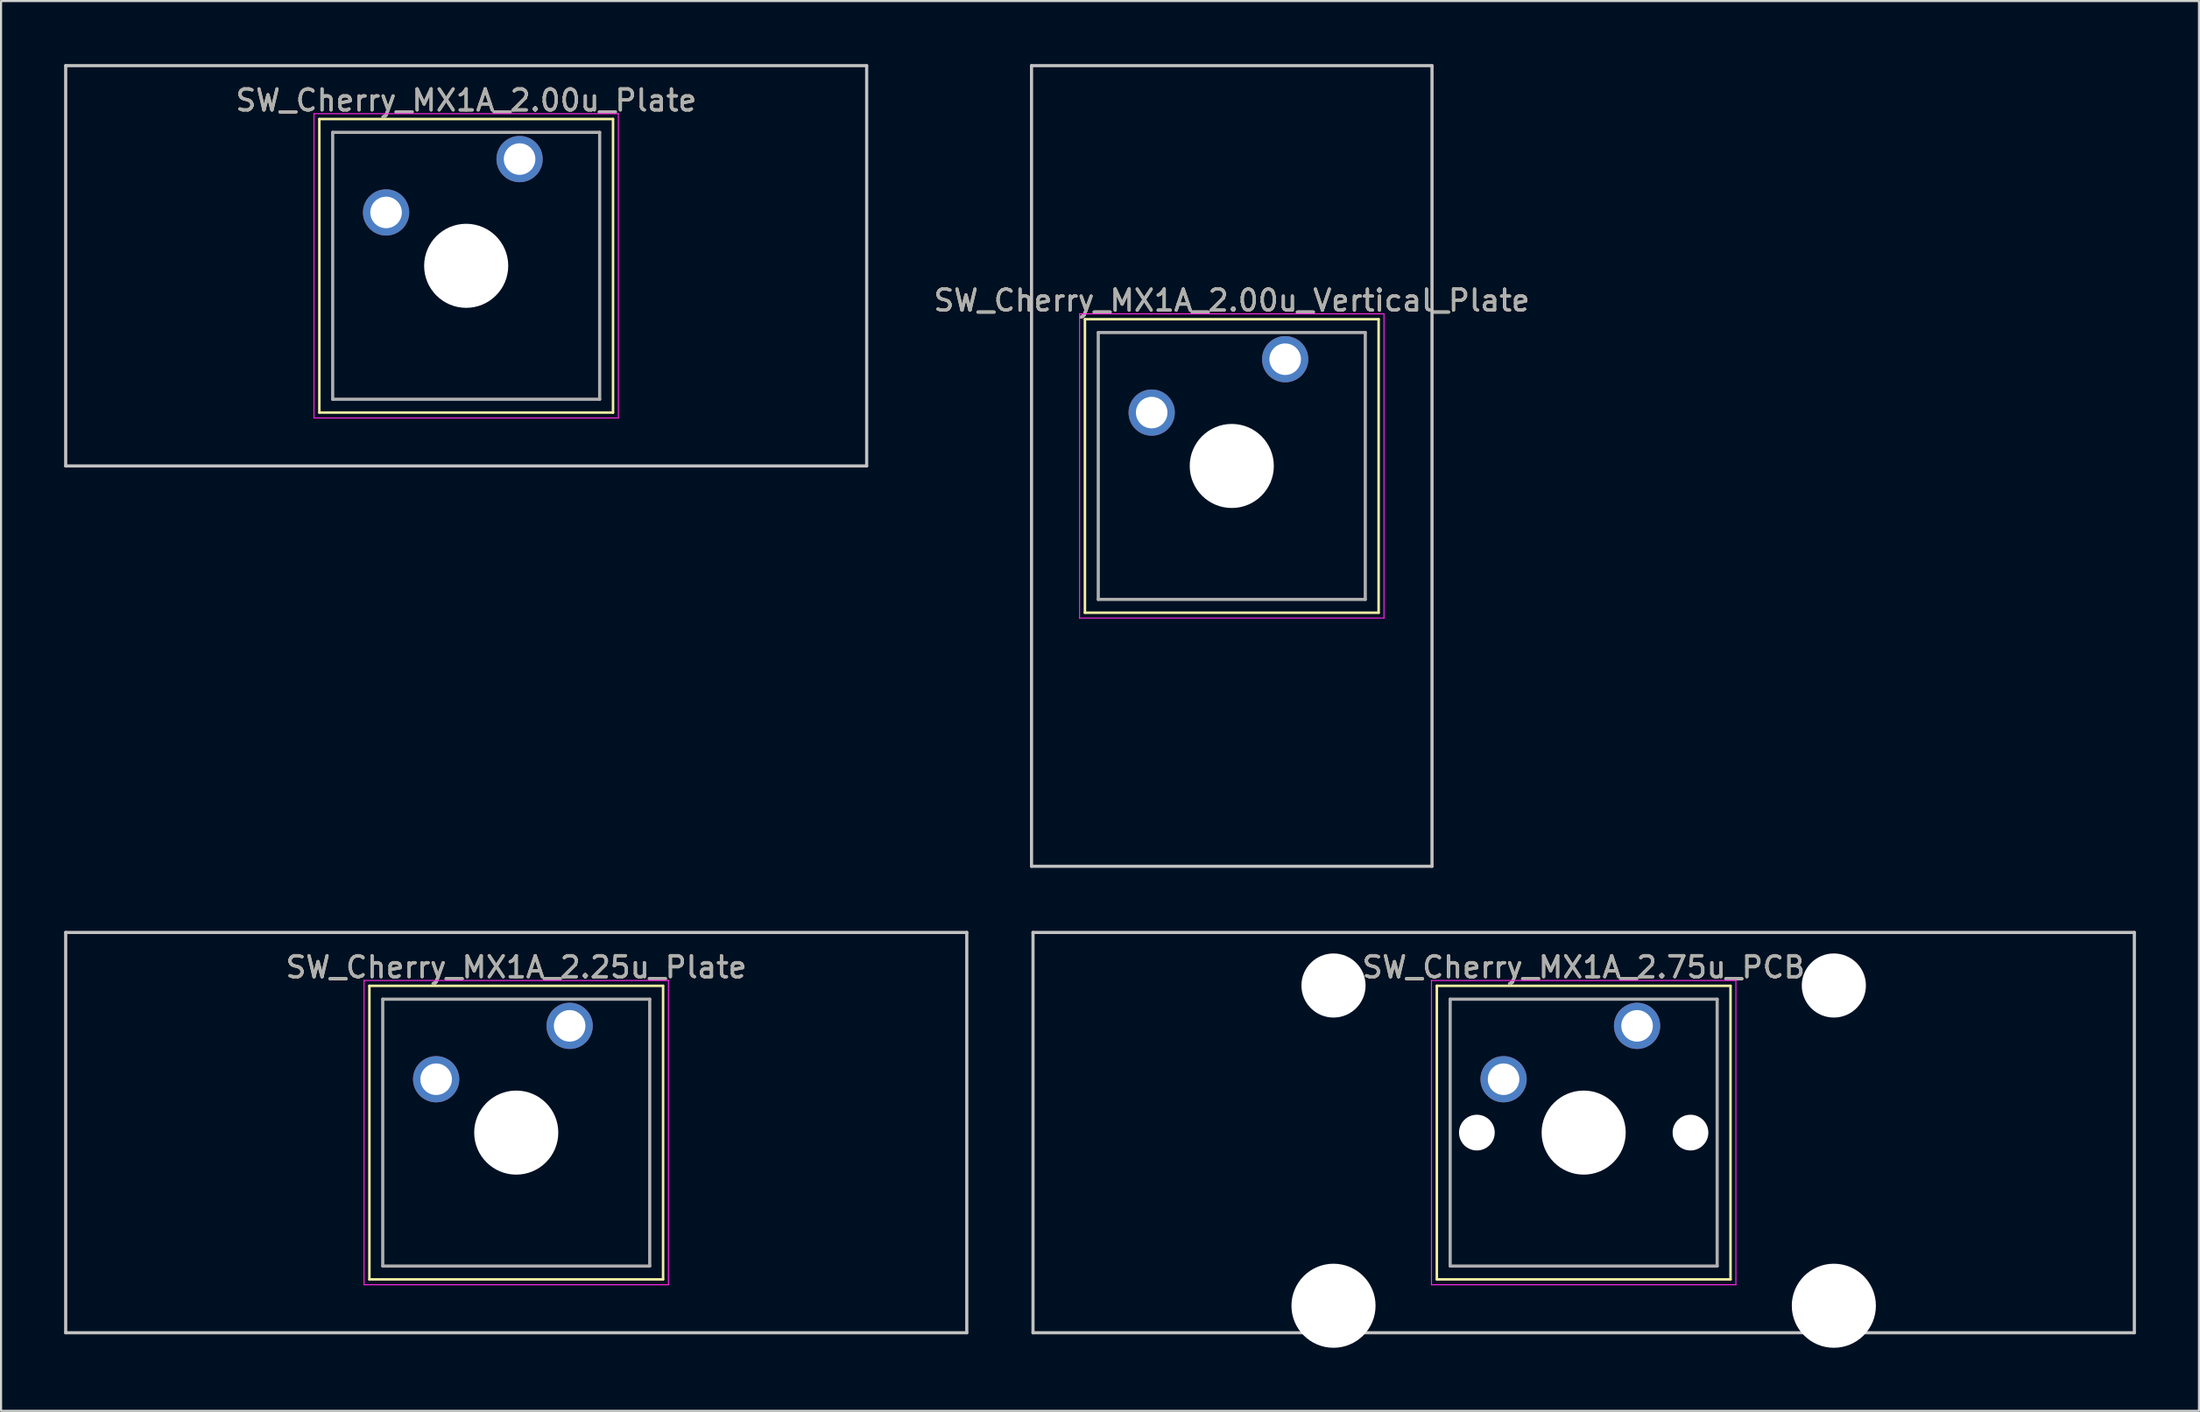
<source format=kicad_pcb>
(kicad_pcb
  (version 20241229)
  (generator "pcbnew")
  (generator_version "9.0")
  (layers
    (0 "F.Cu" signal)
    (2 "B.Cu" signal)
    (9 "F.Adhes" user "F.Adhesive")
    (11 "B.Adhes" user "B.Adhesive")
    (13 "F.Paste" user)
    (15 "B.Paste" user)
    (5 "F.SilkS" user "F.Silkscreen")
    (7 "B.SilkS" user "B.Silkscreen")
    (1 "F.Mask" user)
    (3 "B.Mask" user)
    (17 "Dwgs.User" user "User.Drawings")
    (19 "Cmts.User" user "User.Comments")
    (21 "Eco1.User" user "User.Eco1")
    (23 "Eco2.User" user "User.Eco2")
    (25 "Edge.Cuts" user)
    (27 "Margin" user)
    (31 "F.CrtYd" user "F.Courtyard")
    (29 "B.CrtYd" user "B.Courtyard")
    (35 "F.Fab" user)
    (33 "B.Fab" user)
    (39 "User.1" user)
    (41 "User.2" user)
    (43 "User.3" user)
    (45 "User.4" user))
  (footprint "SW_Cherry_MX1A_2.00u_Vertical_Plate"
    (layer "F.Cu")
    (at 58.082 14.045)
    (property "Reference" "SW_Cherry_MX1A_2.00u_Vertical_Plate" (at -2.54 -2.794 0) (layer "F.SilkS") (effects (font (size 1 1) (thickness 0.15))))
    (attr through_hole)
    (fp_line (start -9.525 -1.905) (end 4.445 -1.905) (stroke (width 0.12) (type solid)) (layer "F.SilkS"))
    (fp_line (start -9.525 12.065) (end -9.525 -1.905) (stroke (width 0.12) (type solid)) (layer "F.SilkS"))
    (fp_line (start 4.445 -1.905) (end 4.445 12.065) (stroke (width 0.12) (type solid)) (layer "F.SilkS"))
    (fp_line (start 4.445 12.065) (end -9.525 12.065) (stroke (width 0.12) (type solid)) (layer "F.SilkS"))
    (fp_line (start -12.065 -13.97) (end 6.985 -13.97) (stroke (width 0.15) (type solid)) (layer "Dwgs.User"))
    (fp_line (start -12.065 24.13) (end -12.065 -13.97) (stroke (width 0.15) (type solid)) (layer "Dwgs.User"))
    (fp_line (start 6.985 -13.97) (end 6.985 24.13) (stroke (width 0.15) (type solid)) (layer "Dwgs.User"))
    (fp_line (start 6.985 24.13) (end -12.065 24.13) (stroke (width 0.15) (type solid)) (layer "Dwgs.User"))
    (fp_line (start -9.78 -2.16) (end 4.7 -2.16) (stroke (width 0.05) (type solid)) (layer "F.CrtYd"))
    (fp_line (start -9.78 12.32) (end -9.78 -2.16) (stroke (width 0.05) (type solid)) (layer "F.CrtYd"))
    (fp_line (start 4.7 -2.16) (end 4.7 12.32) (stroke (width 0.05) (type solid)) (layer "F.CrtYd"))
    (fp_line (start 4.7 12.32) (end -9.78 12.32) (stroke (width 0.05) (type solid)) (layer "F.CrtYd"))
    (fp_line (start -8.89 -1.27) (end 3.81 -1.27) (stroke (width 0.15) (type solid)) (layer "F.Fab"))
    (fp_line (start -8.89 11.43) (end -8.89 -1.27) (stroke (width 0.15) (type solid)) (layer "F.Fab"))
    (fp_line (start 3.81 -1.27) (end 3.81 11.43) (stroke (width 0.15) (type solid)) (layer "F.Fab"))
    (fp_line (start 3.81 11.43) (end -8.89 11.43) (stroke (width 0.15) (type solid)) (layer "F.Fab"))
    (fp_text user "${REFERENCE}" (at -2.54 -2.794 0) (layer "F.Fab") (effects (font (size 1 1) (thickness 0.15))))
    (pad "" np_thru_hole circle (at -2.54 5.08) (size 4 4) (drill 4) (layers "*.Cu" "*.Mask"))
    (pad "1" thru_hole circle (at 0 0) (size 2.2 2.2) (drill 1.5) (layers "*.Cu" "*.Mask"))
    (pad "2" thru_hole circle (at -6.35 2.54) (size 2.2 2.2) (drill 1.5) (layers "*.Cu" "*.Mask")))
  (footprint "SW_Cherry_MX1A_2.75u_PCB"
    (layer "F.Cu")
    (at 74.821 45.77)
    (property "Reference" "SW_Cherry_MX1A_2.75u_PCB" (at -2.54 -2.794 0) (layer "F.SilkS") (effects (font (size 1 1) (thickness 0.15))))
    (attr through_hole)
    (fp_line (start -9.525 -1.905) (end 4.445 -1.905) (stroke (width 0.12) (type solid)) (layer "F.SilkS"))
    (fp_line (start -9.525 12.065) (end -9.525 -1.905) (stroke (width 0.12) (type solid)) (layer "F.SilkS"))
    (fp_line (start 4.445 -1.905) (end 4.445 12.065) (stroke (width 0.12) (type solid)) (layer "F.SilkS"))
    (fp_line (start 4.445 12.065) (end -9.525 12.065) (stroke (width 0.12) (type solid)) (layer "F.SilkS"))
    (fp_line (start -28.734 -4.445) (end 23.654 -4.445) (stroke (width 0.15) (type solid)) (layer "Dwgs.User"))
    (fp_line (start -28.734 14.605) (end -28.734 -4.445) (stroke (width 0.15) (type solid)) (layer "Dwgs.User"))
    (fp_line (start 23.654 -4.445) (end 23.654 14.605) (stroke (width 0.15) (type solid)) (layer "Dwgs.User"))
    (fp_line (start 23.654 14.605) (end -28.734 14.605) (stroke (width 0.15) (type solid)) (layer "Dwgs.User"))
    (fp_line (start -9.78 -2.16) (end 4.7 -2.16) (stroke (width 0.05) (type solid)) (layer "F.CrtYd"))
    (fp_line (start -9.78 12.32) (end -9.78 -2.16) (stroke (width 0.05) (type solid)) (layer "F.CrtYd"))
    (fp_line (start 4.7 -2.16) (end 4.7 12.32) (stroke (width 0.05) (type solid)) (layer "F.CrtYd"))
    (fp_line (start 4.7 12.32) (end -9.78 12.32) (stroke (width 0.05) (type solid)) (layer "F.CrtYd"))
    (fp_line (start -8.89 -1.27) (end 3.81 -1.27) (stroke (width 0.15) (type solid)) (layer "F.Fab"))
    (fp_line (start -8.89 11.43) (end -8.89 -1.27) (stroke (width 0.15) (type solid)) (layer "F.Fab"))
    (fp_line (start 3.81 -1.27) (end 3.81 11.43) (stroke (width 0.15) (type solid)) (layer "F.Fab"))
    (fp_line (start 3.81 11.43) (end -8.89 11.43) (stroke (width 0.15) (type solid)) (layer "F.Fab"))
    (fp_text user "${REFERENCE}" (at -2.54 -2.794 0) (layer "F.Fab") (effects (font (size 1 1) (thickness 0.15))))
    (pad "" np_thru_hole circle (at -14.44 -1.92) (size 3.05 3.05) (drill 3.05) (layers "*.Cu" "*.Mask"))
    (pad "" np_thru_hole circle (at -14.44 13.32) (size 4 4) (drill 4) (layers "*.Cu" "*.Mask"))
    (pad "" np_thru_hole circle (at -7.62 5.08) (size 1.7 1.7) (drill 1.7) (layers "*.Cu" "*.Mask"))
    (pad "" np_thru_hole circle (at -2.54 5.08) (size 4 4) (drill 4) (layers "*.Cu" "*.Mask"))
    (pad "" np_thru_hole circle (at 2.54 5.08) (size 1.7 1.7) (drill 1.7) (layers "*.Cu" "*.Mask"))
    (pad "" np_thru_hole circle (at 9.36 -1.92) (size 3.05 3.05) (drill 3.05) (layers "*.Cu" "*.Mask"))
    (pad "" np_thru_hole circle (at 9.36 13.32) (size 4 4) (drill 4) (layers "*.Cu" "*.Mask"))
    (pad "1" thru_hole circle (at 0 0) (size 2.2 2.2) (drill 1.5) (layers "*.Cu" "*.Mask"))
    (pad "2" thru_hole circle (at -6.35 2.54) (size 2.2 2.2) (drill 1.5) (layers "*.Cu" "*.Mask")))
  (footprint "SW_Cherry_MX1A_2.25u_Plate"
    (layer "F.Cu")
    (at 24.046 45.77)
    (property "Reference" "SW_Cherry_MX1A_2.25u_Plate" (at -2.54 -2.794 0) (layer "F.SilkS") (effects (font (size 1 1) (thickness 0.15))))
    (attr through_hole)
    (fp_line (start -9.525 -1.905) (end 4.445 -1.905) (stroke (width 0.12) (type solid)) (layer "F.SilkS"))
    (fp_line (start -9.525 12.065) (end -9.525 -1.905) (stroke (width 0.12) (type solid)) (layer "F.SilkS"))
    (fp_line (start 4.445 -1.905) (end 4.445 12.065) (stroke (width 0.12) (type solid)) (layer "F.SilkS"))
    (fp_line (start 4.445 12.065) (end -9.525 12.065) (stroke (width 0.12) (type solid)) (layer "F.SilkS"))
    (fp_line (start -23.971 -4.445) (end 18.891 -4.445) (stroke (width 0.15) (type solid)) (layer "Dwgs.User"))
    (fp_line (start -23.971 14.605) (end -23.971 -4.445) (stroke (width 0.15) (type solid)) (layer "Dwgs.User"))
    (fp_line (start 18.891 -4.445) (end 18.891 14.605) (stroke (width 0.15) (type solid)) (layer "Dwgs.User"))
    (fp_line (start 18.891 14.605) (end -23.971 14.605) (stroke (width 0.15) (type solid)) (layer "Dwgs.User"))
    (fp_line (start -9.78 -2.16) (end 4.7 -2.16) (stroke (width 0.05) (type solid)) (layer "F.CrtYd"))
    (fp_line (start -9.78 12.32) (end -9.78 -2.16) (stroke (width 0.05) (type solid)) (layer "F.CrtYd"))
    (fp_line (start 4.7 -2.16) (end 4.7 12.32) (stroke (width 0.05) (type solid)) (layer "F.CrtYd"))
    (fp_line (start 4.7 12.32) (end -9.78 12.32) (stroke (width 0.05) (type solid)) (layer "F.CrtYd"))
    (fp_line (start -8.89 -1.27) (end 3.81 -1.27) (stroke (width 0.15) (type solid)) (layer "F.Fab"))
    (fp_line (start -8.89 11.43) (end -8.89 -1.27) (stroke (width 0.15) (type solid)) (layer "F.Fab"))
    (fp_line (start 3.81 -1.27) (end 3.81 11.43) (stroke (width 0.15) (type solid)) (layer "F.Fab"))
    (fp_line (start 3.81 11.43) (end -8.89 11.43) (stroke (width 0.15) (type solid)) (layer "F.Fab"))
    (fp_text user "${REFERENCE}" (at -2.54 -2.794 0) (layer "F.Fab") (effects (font (size 1 1) (thickness 0.15))))
    (pad "" np_thru_hole circle (at -2.54 5.08) (size 4 4) (drill 4) (layers "*.Cu" "*.Mask"))
    (pad "1" thru_hole circle (at 0 0) (size 2.2 2.2) (drill 1.5) (layers "*.Cu" "*.Mask"))
    (pad "2" thru_hole circle (at -6.35 2.54) (size 2.2 2.2) (drill 1.5) (layers "*.Cu" "*.Mask")))
  (footprint "SW_Cherry_MX1A_2.00u_Plate"
    (layer "F.Cu")
    (at 21.665 4.52)
    (property "Reference" "SW_Cherry_MX1A_2.00u_Plate" (at -2.54 -2.794 0) (layer "F.SilkS") (effects (font (size 1 1) (thickness 0.15))))
    (attr through_hole)
    (fp_line (start -9.525 -1.905) (end 4.445 -1.905) (stroke (width 0.12) (type solid)) (layer "F.SilkS"))
    (fp_line (start -9.525 12.065) (end -9.525 -1.905) (stroke (width 0.12) (type solid)) (layer "F.SilkS"))
    (fp_line (start 4.445 -1.905) (end 4.445 12.065) (stroke (width 0.12) (type solid)) (layer "F.SilkS"))
    (fp_line (start 4.445 12.065) (end -9.525 12.065) (stroke (width 0.12) (type solid)) (layer "F.SilkS"))
    (fp_line (start -21.59 -4.445) (end 16.51 -4.445) (stroke (width 0.15) (type solid)) (layer "Dwgs.User"))
    (fp_line (start -21.59 14.605) (end -21.59 -4.445) (stroke (width 0.15) (type solid)) (layer "Dwgs.User"))
    (fp_line (start 16.51 -4.445) (end 16.51 14.605) (stroke (width 0.15) (type solid)) (layer "Dwgs.User"))
    (fp_line (start 16.51 14.605) (end -21.59 14.605) (stroke (width 0.15) (type solid)) (layer "Dwgs.User"))
    (fp_line (start -9.78 -2.16) (end 4.7 -2.16) (stroke (width 0.05) (type solid)) (layer "F.CrtYd"))
    (fp_line (start -9.78 12.32) (end -9.78 -2.16) (stroke (width 0.05) (type solid)) (layer "F.CrtYd"))
    (fp_line (start 4.7 -2.16) (end 4.7 12.32) (stroke (width 0.05) (type solid)) (layer "F.CrtYd"))
    (fp_line (start 4.7 12.32) (end -9.78 12.32) (stroke (width 0.05) (type solid)) (layer "F.CrtYd"))
    (fp_line (start -8.89 -1.27) (end 3.81 -1.27) (stroke (width 0.15) (type solid)) (layer "F.Fab"))
    (fp_line (start -8.89 11.43) (end -8.89 -1.27) (stroke (width 0.15) (type solid)) (layer "F.Fab"))
    (fp_line (start 3.81 -1.27) (end 3.81 11.43) (stroke (width 0.15) (type solid)) (layer "F.Fab"))
    (fp_line (start 3.81 11.43) (end -8.89 11.43) (stroke (width 0.15) (type solid)) (layer "F.Fab"))
    (fp_text user "${REFERENCE}" (at -2.54 -2.794 0) (layer "F.Fab") (effects (font (size 1 1) (thickness 0.15))))
    (pad "" np_thru_hole circle (at -2.54 5.08) (size 4 4) (drill 4) (layers "*.Cu" "*.Mask"))
    (pad "1" thru_hole circle (at 0 0) (size 2.2 2.2) (drill 1.5) (layers "*.Cu" "*.Mask"))
    (pad "2" thru_hole circle (at -6.35 2.54) (size 2.2 2.2) (drill 1.5) (layers "*.Cu" "*.Mask")))
  (gr_rect
    (start -3 -3)
    (end 101.55 64.09)
    (stroke (width 0.1) (type default))
    (fill no)
    (layer "Edge.Cuts")))
</source>
